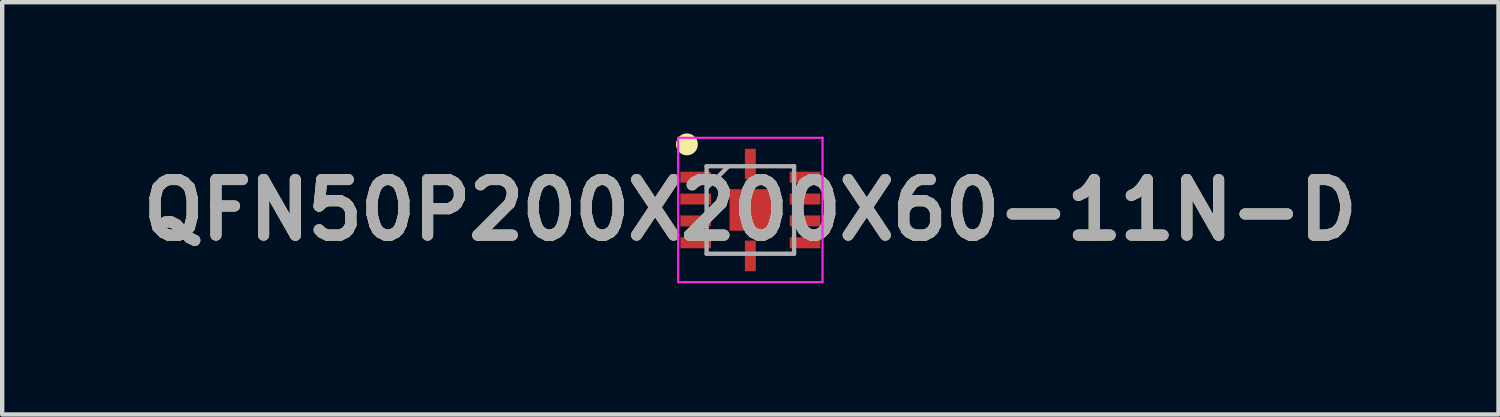
<source format=kicad_pcb>
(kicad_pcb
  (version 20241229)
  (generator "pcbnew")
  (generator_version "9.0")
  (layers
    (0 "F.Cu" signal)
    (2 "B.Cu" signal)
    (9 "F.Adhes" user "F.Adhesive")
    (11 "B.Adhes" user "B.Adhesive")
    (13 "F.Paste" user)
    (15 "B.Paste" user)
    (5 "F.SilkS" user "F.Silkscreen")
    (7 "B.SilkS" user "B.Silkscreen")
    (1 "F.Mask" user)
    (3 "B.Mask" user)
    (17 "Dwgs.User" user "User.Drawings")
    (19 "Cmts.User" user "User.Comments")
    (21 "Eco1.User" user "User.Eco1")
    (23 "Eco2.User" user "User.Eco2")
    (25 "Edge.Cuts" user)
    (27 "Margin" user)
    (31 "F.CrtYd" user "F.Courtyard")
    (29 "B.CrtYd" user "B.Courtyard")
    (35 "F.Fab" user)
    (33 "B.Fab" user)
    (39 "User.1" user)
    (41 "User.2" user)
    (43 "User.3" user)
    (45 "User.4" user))
  (footprint "QFN50P200X200X60-11N-D"
    (layer "F.Cu")
    (at 14.103 1.75)
    (property "Reference" "QFN50P200X200X60-11N-D" (at 0 0 0) (layer "F.SilkS") (effects (font (size 1.27 1.27) (thickness 0.254))))
    (attr smd)
    (fp_circle (center -1.45 -1.5) (end -1.45 -1.375) (stroke (width 0.25) (type solid)) (fill no) (layer "F.SilkS"))
    (fp_line (start -1.65 -1.65) (end 1.65 -1.65) (stroke (width 0.05) (type solid)) (layer "F.CrtYd"))
    (fp_line (start -1.65 1.65) (end -1.65 -1.65) (stroke (width 0.05) (type solid)) (layer "F.CrtYd"))
    (fp_line (start 1.65 -1.65) (end 1.65 1.65) (stroke (width 0.05) (type solid)) (layer "F.CrtYd"))
    (fp_line (start 1.65 1.65) (end -1.65 1.65) (stroke (width 0.05) (type solid)) (layer "F.CrtYd"))
    (fp_line (start -1 -1) (end 1 -1) (stroke (width 0.1) (type solid)) (layer "F.Fab"))
    (fp_line (start -1 -0.5) (end -0.5 -1) (stroke (width 0.1) (type solid)) (layer "F.Fab"))
    (fp_line (start -1 1) (end -1 -1) (stroke (width 0.1) (type solid)) (layer "F.Fab"))
    (fp_line (start 1 -1) (end 1 1) (stroke (width 0.1) (type solid)) (layer "F.Fab"))
    (fp_line (start 1 1) (end -1 1) (stroke (width 0.1) (type solid)) (layer "F.Fab"))
    (fp_text user "${REFERENCE}" (at 0 0 0) (layer "F.Fab") (effects (font (size 1.27 1.27) (thickness 0.254))))
    (pad "1" smd rect (at -1.25 -0.75 90) (size 0.25 0.7) (layers "F.Cu" "F.Mask" "F.Paste"))
    (pad "2" smd rect (at -1.25 -0.25 90) (size 0.25 0.7) (layers "F.Cu" "F.Mask" "F.Paste"))
    (pad "3" smd rect (at -1.25 0.25 90) (size 0.25 0.7) (layers "F.Cu" "F.Mask" "F.Paste"))
    (pad "4" smd rect (at -1.25 0.75 90) (size 0.25 0.7) (layers "F.Cu" "F.Mask" "F.Paste"))
    (pad "5" smd rect (at 0 1.05) (size 0.25 0.7) (layers "F.Cu" "F.Mask" "F.Paste"))
    (pad "6" smd rect (at 1.25 0.75 90) (size 0.25 0.7) (layers "F.Cu" "F.Mask" "F.Paste"))
    (pad "7" smd rect (at 1.25 0.25 90) (size 0.25 0.7) (layers "F.Cu" "F.Mask" "F.Paste"))
    (pad "8" smd rect (at 1.25 -0.25 90) (size 0.25 0.7) (layers "F.Cu" "F.Mask" "F.Paste"))
    (pad "9" smd rect (at 1.25 -0.75 90) (size 0.25 0.7) (layers "F.Cu" "F.Mask" "F.Paste"))
    (pad "10" smd rect (at 0 -1.05) (size 0.25 0.7) (layers "F.Cu" "F.Mask" "F.Paste"))
    (pad "11" smd rect (at 0 0) (size 0.95 0.95) (layers "F.Cu" "F.Mask" "F.Paste")))
  (gr_rect
    (start -3 -3)
    (end 31.206 6.425)
    (stroke (width 0.1) (type default))
    (fill no)
    (layer "Edge.Cuts")))
</source>
